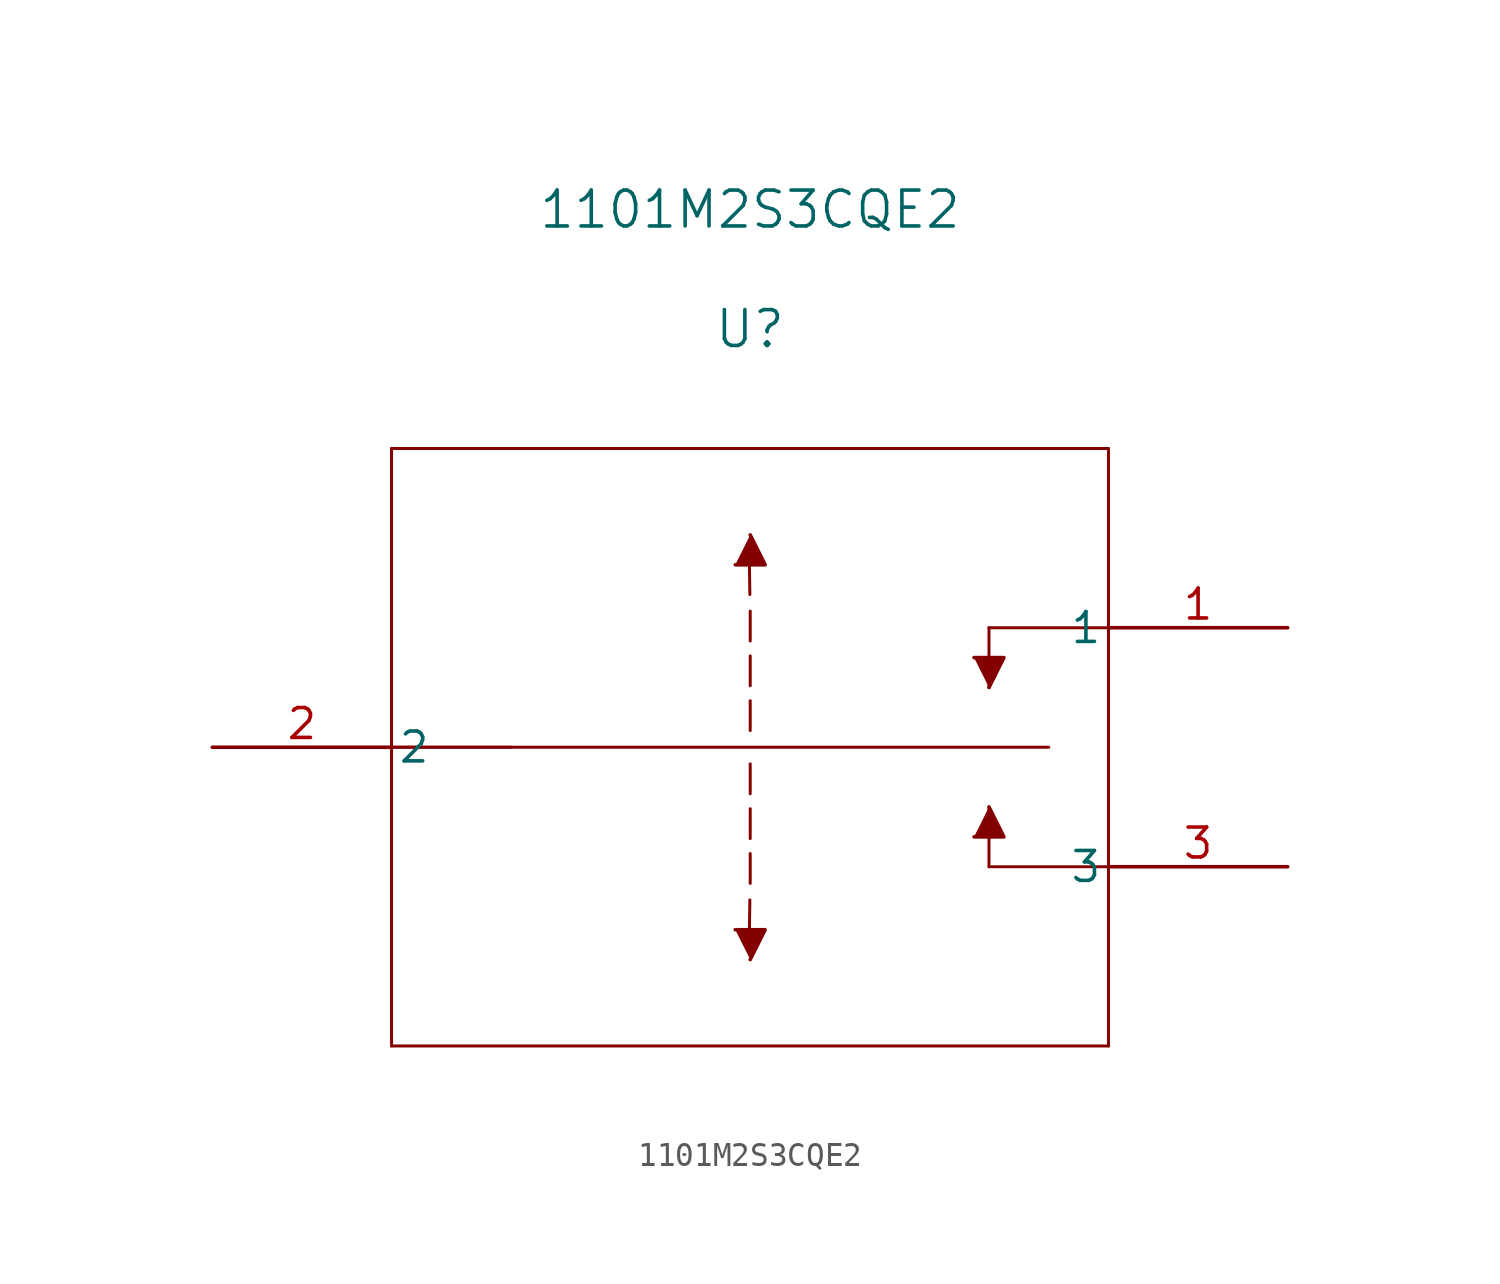
<source format=kicad_sym>
(kicad_symbol_lib
  (version 20211014)
  (generator kicad_symbol_editor)
  (symbol "1101M2S3CQE2"
    (pin_names
      (offset 0.254))
    (property "Reference" "U"
      (at 22.86 17.78 0)
      (effects (font (size 1.524 1.524))))
    (property "Value" "1101M2S3CQE2"
      (at 22.86 22.86 0)
      (effects (font (size 1.524 1.524))))
    (symbol "1101M2S3CQE2_0_1"
      (polyline (pts (xy 35.56 0) (xy 7.62 0)) (stroke (width 0.127) (type default) (color 0 0 0 0)) (fill (type none)))
      (polyline (pts (xy 12.7 0) (xy 7.62 0)) (stroke (width 0.127) (type default) (color 0 0 0 0)) (fill (type none)))
      (polyline (pts (xy 38.1 -5.08) (xy 33.02 -5.08)) (stroke (width 0.127) (type default) (color 0 0 0 0)) (fill (type none)))
      (polyline (pts (xy 33.02 5.08) (xy 38.1 5.08)) (stroke (width 0.127) (type default) (color 0 0 0 0)) (fill (type none)))
      (polyline (pts (xy 38.1 12.7) (xy 7.62 12.7)) (stroke (width 0.127) (type default) (color 0 0 0 0)) (fill (type none)))
      (polyline (pts (xy 22.823 -8.57) (xy 22.854 -6.491)) (stroke (width 0.127) (type default) (color 0 0 0 0)) (fill (type none)))
      (polyline (pts (xy 22.869 -0.708) (xy 22.869 -1.978)) (stroke (width 0.127) (type default) (color 0 0 0 0)) (fill (type none)))
      (polyline (pts (xy 22.869 -2.613) (xy 22.869 -3.883)) (stroke (width 0.127) (type default) (color 0 0 0 0)) (fill (type none)))
      (polyline (pts (xy 22.869 -4.518) (xy 22.869 -5.788)) (stroke (width 0.127) (type default) (color 0 0 0 0)) (fill (type none)))
      (polyline (pts (xy 33.02 2.54) (xy 33.02 5.08)) (stroke (width 0.127) (type default) (color 0 0 0 0)) (fill (type none)))
      (polyline (pts (xy 33.02 -5.08) (xy 33.02 -2.54)) (stroke (width 0.127) (type default) (color 0 0 0 0)) (fill (type none)))
      (polyline (pts (xy 7.62 -12.7) (xy 38.1 -12.7)) (stroke (width 0.127) (type default) (color 0 0 0 0)) (fill (type none)))
      (polyline (pts (xy 22.823 8.57) (xy 22.854 6.491)) (stroke (width 0.127) (type default) (color 0 0 0 0)) (fill (type none)))
      (polyline (pts (xy 7.62 12.7) (xy 7.62 -12.7)) (stroke (width 0.127) (type default) (color 0 0 0 0)) (fill (type none)))
      (polyline (pts (xy 22.869 0.708) (xy 22.869 1.978)) (stroke (width 0.127) (type default) (color 0 0 0 0)) (fill (type none)))
      (polyline (pts (xy 38.1 12.7) (xy 38.1 -12.7)) (stroke (width 0.127) (type default) (color 0 0 0 0)) (fill (type none)))
      (polyline (pts (xy 22.869 2.613) (xy 22.869 3.883)) (stroke (width 0.127) (type default) (color 0 0 0 0)) (fill (type none)))
      (polyline (pts (xy 22.869 4.518) (xy 22.869 5.788)) (stroke (width 0.127) (type default) (color 0 0 0 0)) (fill (type none)))
      (polyline (pts (xy 22.234 -7.757) (xy 23.504 -7.757) (xy 22.869 -9.027)) (stroke (width 0) (type default) (color 0 0 0 0)) (fill (type outline)))
      (polyline (pts (xy 32.385 -3.81) (xy 33.655 -3.81) (xy 33.02 -2.54)) (stroke (width 0) (type default) (color 0 0 0 0)) (fill (type outline)))
      (polyline (pts (xy 22.234 7.757) (xy 23.504 7.757) (xy 22.869 9.027)) (stroke (width 0) (type default) (color 0 0 0 0)) (fill (type outline)))
      (polyline (pts (xy 32.385 3.81) (xy 33.655 3.81) (xy 33.02 2.54)) (stroke (width 0) (type default) (color 0 0 0 0)) (fill (type outline)))
      (pin unspecified line (at 45.72 5.08 180) (length 7.62) (name "1" (effects (font (size 1.27 1.27)))) (number "1" (effects (font (size 1.27 1.27)))))
      (pin unspecified line (at 0 0 0) (length 7.62) (name "2" (effects (font (size 1.27 1.27)))) (number "2" (effects (font (size 1.27 1.27)))))
      (pin unspecified line (at 45.72 -5.08 180) (length 7.62) (name "3" (effects (font (size 1.27 1.27)))) (number "3" (effects (font (size 1.27 1.27))))))))
</source>
